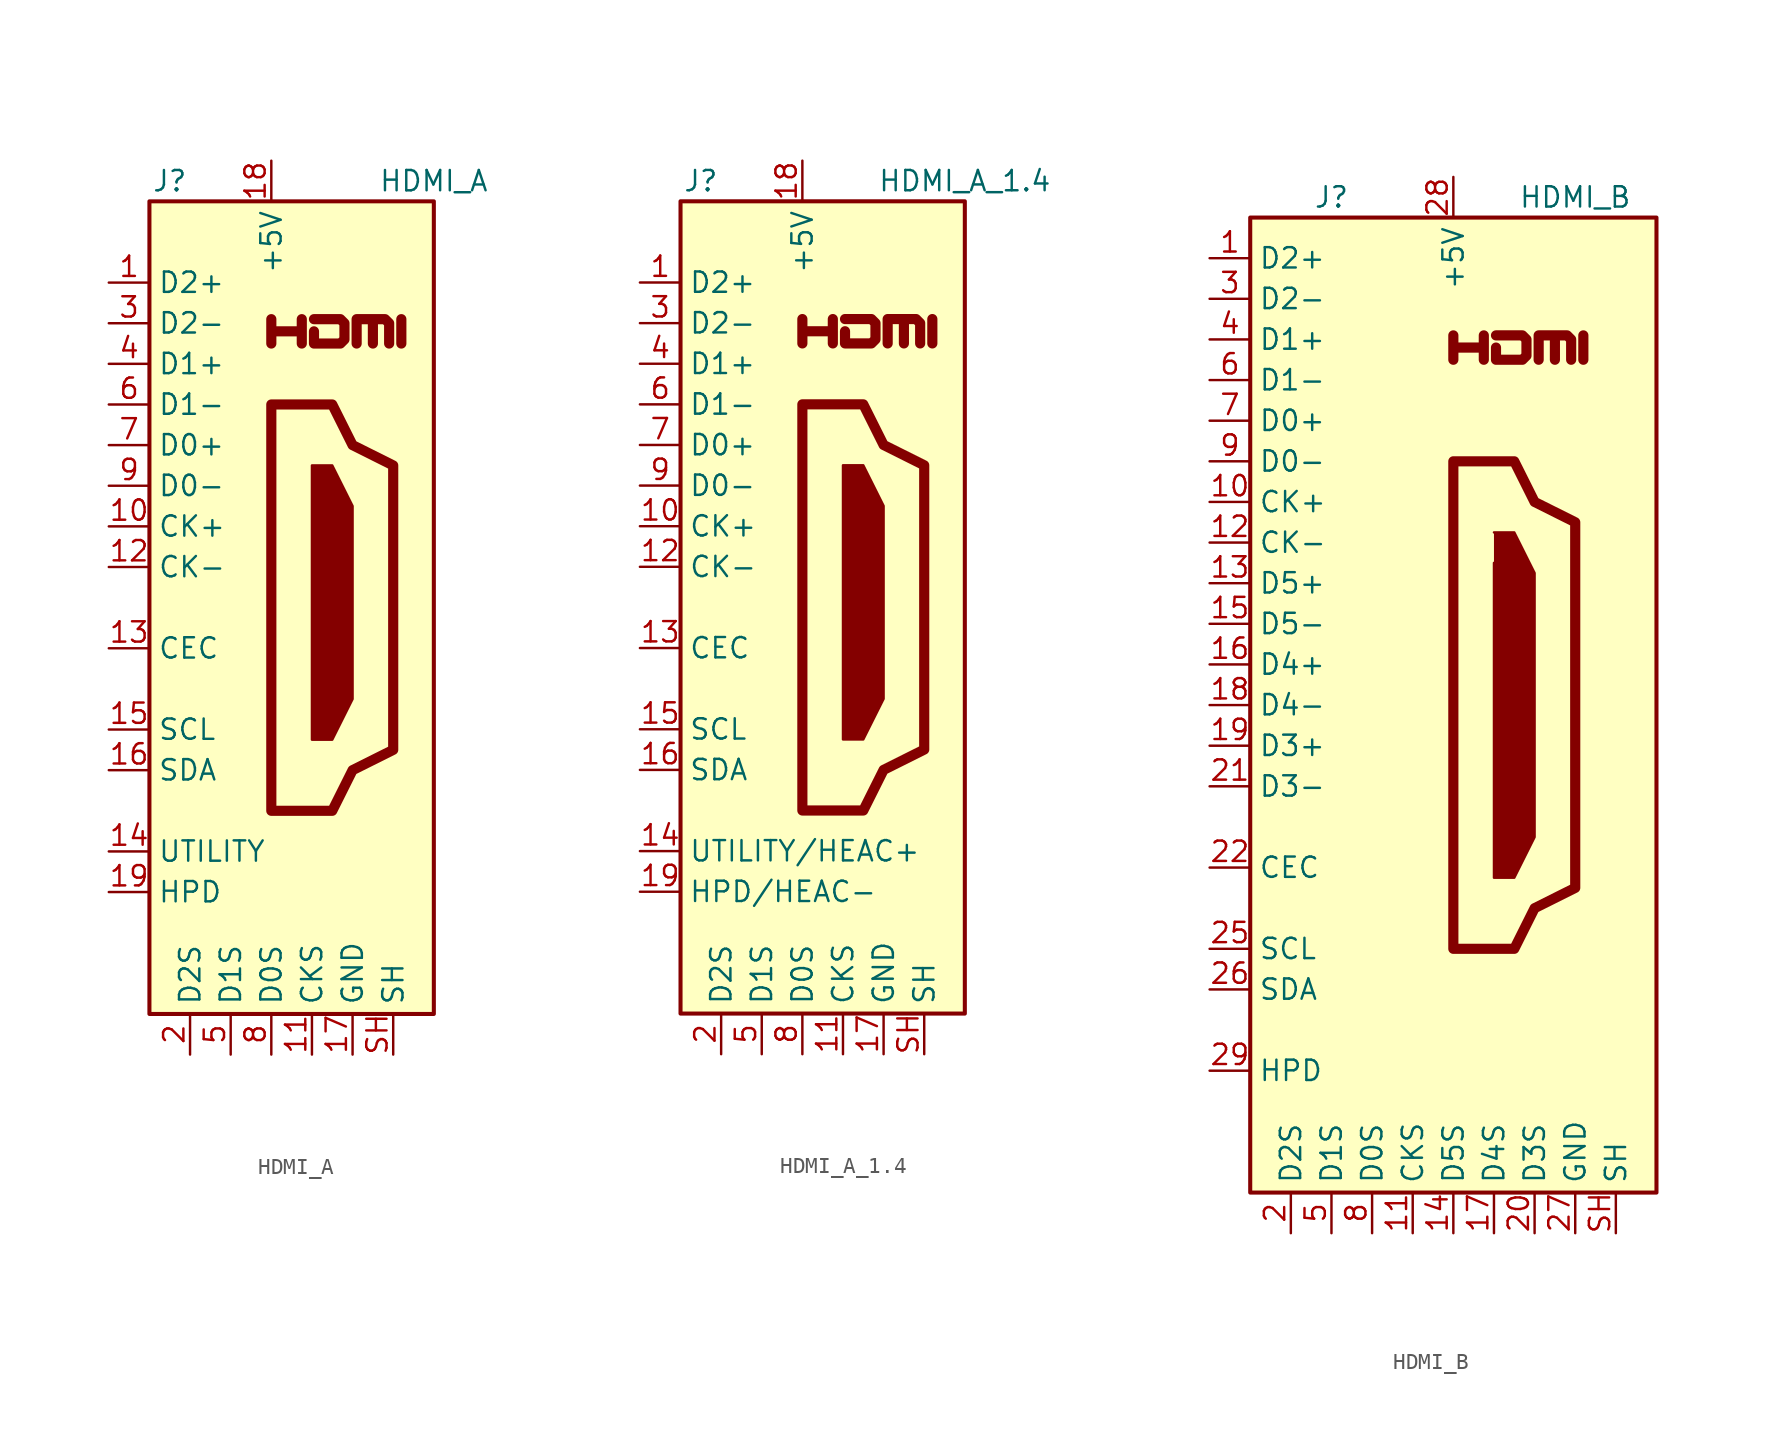
<source format=kicad_sym>
(kicad_symbol_lib
  (version 20211014)
  (generator kicad_symbol_editor)
  (symbol "HDMI_A"
    (property "Reference" "J"
      (at -6.35 26.67 0)
      (effects (font (size 1.27 1.27))))
    (property "Value" "HDMI_A"
      (at 10.16 26.67 0)
      (effects (font (size 1.27 1.27))))
    (symbol "HDMI_A_0_0"
      (polyline (pts (xy 8.128 16.51) (xy 8.128 18.034)) (stroke (width 0.635) (type default) (color 0 0 0 0)) (fill (type none)))
      (polyline (pts (xy 0 16.51) (xy 0 18.034) (xy 0 17.272) (xy 1.905 17.272) (xy 1.905 18.034) (xy 1.905 16.51)) (stroke (width 0.635) (type default) (color 0 0 0 0)) (fill (type none)))
      (polyline (pts (xy 2.667 18.034) (xy 4.318 18.034) (xy 4.572 17.78) (xy 4.572 16.764) (xy 4.318 16.51) (xy 2.667 16.51) (xy 2.667 17.272)) (stroke (width 0.635) (type default) (color 0 0 0 0)) (fill (type none))))
    (symbol "HDMI_A_0_1"
      (rectangle (start -7.62 25.4) (end 10.16 -25.4) (stroke (width 0.254) (type default) (color 0 0 0 0)) (fill (type background)))
      (polyline (pts (xy 2.54 8.89) (xy 3.81 8.89) (xy 5.08 6.35) (xy 5.08 -5.715) (xy 3.81 -8.255) (xy 2.54 -8.255) (xy 2.54 8.89)) (stroke (width 0) (type default) (color 0 0 0 0)) (fill (type outline)))
      (polyline (pts (xy 5.334 16.51) (xy 5.334 18.034) (xy 6.35 18.034) (xy 6.35 16.51) (xy 6.35 18.034) (xy 7.112 18.034) (xy 7.366 17.78) (xy 7.366 16.51)) (stroke (width 0.635) (type default) (color 0 0 0 0)) (fill (type none)))
      (polyline (pts (xy 0 12.7) (xy 0 -12.7) (xy 3.81 -12.7) (xy 5.08 -10.16) (xy 7.62 -8.89) (xy 7.62 8.89) (xy 5.08 10.16) (xy 3.81 12.7) (xy 0 12.7)) (stroke (width 0.635) (type default) (color 0 0 0 0)) (fill (type none))))
    (symbol "HDMI_A_1_1"
      (pin passive line (at -10.16 20.32 0) (length 2.54) (name "D2+" (effects (font (size 1.27 1.27)))) (number "1" (effects (font (size 1.27 1.27)))))
      (pin passive line (at -10.16 5.08 0) (length 2.54) (name "CK+" (effects (font (size 1.27 1.27)))) (number "10" (effects (font (size 1.27 1.27)))))
      (pin power_in line (at 2.54 -27.94 90) (length 2.54) (name "CKS" (effects (font (size 1.27 1.27)))) (number "11" (effects (font (size 1.27 1.27)))))
      (pin passive line (at -10.16 2.54 0) (length 2.54) (name "CK-" (effects (font (size 1.27 1.27)))) (number "12" (effects (font (size 1.27 1.27)))))
      (pin bidirectional line (at -10.16 -2.54 0) (length 2.54) (name "CEC" (effects (font (size 1.27 1.27)))) (number "13" (effects (font (size 1.27 1.27)))))
      (pin passive line (at -10.16 -15.24 0) (length 2.54) (name "UTILITY" (effects (font (size 1.27 1.27)))) (number "14" (effects (font (size 1.27 1.27)))))
      (pin passive line (at -10.16 -7.62 0) (length 2.54) (name "SCL" (effects (font (size 1.27 1.27)))) (number "15" (effects (font (size 1.27 1.27)))))
      (pin bidirectional line (at -10.16 -10.16 0) (length 2.54) (name "SDA" (effects (font (size 1.27 1.27)))) (number "16" (effects (font (size 1.27 1.27)))))
      (pin power_in line (at 5.08 -27.94 90) (length 2.54) (name "GND" (effects (font (size 1.27 1.27)))) (number "17" (effects (font (size 1.27 1.27)))))
      (pin power_in line (at 0 27.94 270) (length 2.54) (name "+5V" (effects (font (size 1.27 1.27)))) (number "18" (effects (font (size 1.27 1.27)))))
      (pin passive line (at -10.16 -17.78 0) (length 2.54) (name "HPD" (effects (font (size 1.27 1.27)))) (number "19" (effects (font (size 1.27 1.27)))))
      (pin power_in line (at -5.08 -27.94 90) (length 2.54) (name "D2S" (effects (font (size 1.27 1.27)))) (number "2" (effects (font (size 1.27 1.27)))))
      (pin passive line (at -10.16 17.78 0) (length 2.54) (name "D2-" (effects (font (size 1.27 1.27)))) (number "3" (effects (font (size 1.27 1.27)))))
      (pin passive line (at -10.16 15.24 0) (length 2.54) (name "D1+" (effects (font (size 1.27 1.27)))) (number "4" (effects (font (size 1.27 1.27)))))
      (pin power_in line (at -2.54 -27.94 90) (length 2.54) (name "D1S" (effects (font (size 1.27 1.27)))) (number "5" (effects (font (size 1.27 1.27)))))
      (pin passive line (at -10.16 12.7 0) (length 2.54) (name "D1-" (effects (font (size 1.27 1.27)))) (number "6" (effects (font (size 1.27 1.27)))))
      (pin passive line (at -10.16 10.16 0) (length 2.54) (name "D0+" (effects (font (size 1.27 1.27)))) (number "7" (effects (font (size 1.27 1.27)))))
      (pin power_in line (at 0 -27.94 90) (length 2.54) (name "D0S" (effects (font (size 1.27 1.27)))) (number "8" (effects (font (size 1.27 1.27)))))
      (pin passive line (at -10.16 7.62 0) (length 2.54) (name "D0-" (effects (font (size 1.27 1.27)))) (number "9" (effects (font (size 1.27 1.27)))))
      (pin passive line (at 7.62 -27.94 90) (length 2.54) (name "SH" (effects (font (size 1.27 1.27)))) (number "SH" (effects (font (size 1.27 1.27)))))))
  (symbol "HDMI_A_1.4"
    (property "Reference" "J"
      (at -6.35 26.67 0)
      (effects (font (size 1.27 1.27))))
    (property "Value" "HDMI_A_1.4"
      (at 10.16 26.67 0)
      (effects (font (size 1.27 1.27))))
    (symbol "HDMI_A_1.4_0_0"
      (polyline (pts (xy 8.128 16.51) (xy 8.128 18.034)) (stroke (width 0.635) (type default) (color 0 0 0 0)) (fill (type none)))
      (polyline (pts (xy 0 16.51) (xy 0 18.034) (xy 0 17.272) (xy 1.905 17.272) (xy 1.905 18.034) (xy 1.905 16.51)) (stroke (width 0.635) (type default) (color 0 0 0 0)) (fill (type none)))
      (polyline (pts (xy 2.667 18.034) (xy 4.318 18.034) (xy 4.572 17.78) (xy 4.572 16.764) (xy 4.318 16.51) (xy 2.667 16.51) (xy 2.667 17.272)) (stroke (width 0.635) (type default) (color 0 0 0 0)) (fill (type none))))
    (symbol "HDMI_A_1.4_0_1"
      (rectangle (start -7.62 25.4) (end 10.16 -25.4) (stroke (width 0.254) (type default) (color 0 0 0 0)) (fill (type background)))
      (polyline (pts (xy 2.54 8.89) (xy 3.81 8.89) (xy 5.08 6.35) (xy 5.08 -5.715) (xy 3.81 -8.255) (xy 2.54 -8.255) (xy 2.54 8.89)) (stroke (width 0) (type default) (color 0 0 0 0)) (fill (type outline)))
      (polyline (pts (xy 5.334 16.51) (xy 5.334 18.034) (xy 6.35 18.034) (xy 6.35 16.51) (xy 6.35 18.034) (xy 7.112 18.034) (xy 7.366 17.78) (xy 7.366 16.51)) (stroke (width 0.635) (type default) (color 0 0 0 0)) (fill (type none)))
      (polyline (pts (xy 0 12.7) (xy 0 -12.7) (xy 3.81 -12.7) (xy 5.08 -10.16) (xy 7.62 -8.89) (xy 7.62 8.89) (xy 5.08 10.16) (xy 3.81 12.7) (xy 0 12.7)) (stroke (width 0.635) (type default) (color 0 0 0 0)) (fill (type none))))
    (symbol "HDMI_A_1.4_1_1"
      (pin passive line (at -10.16 20.32 0) (length 2.54) (name "D2+" (effects (font (size 1.27 1.27)))) (number "1" (effects (font (size 1.27 1.27)))))
      (pin passive line (at -10.16 5.08 0) (length 2.54) (name "CK+" (effects (font (size 1.27 1.27)))) (number "10" (effects (font (size 1.27 1.27)))))
      (pin power_in line (at 2.54 -27.94 90) (length 2.54) (name "CKS" (effects (font (size 1.27 1.27)))) (number "11" (effects (font (size 1.27 1.27)))))
      (pin passive line (at -10.16 2.54 0) (length 2.54) (name "CK-" (effects (font (size 1.27 1.27)))) (number "12" (effects (font (size 1.27 1.27)))))
      (pin bidirectional line (at -10.16 -2.54 0) (length 2.54) (name "CEC" (effects (font (size 1.27 1.27)))) (number "13" (effects (font (size 1.27 1.27)))))
      (pin passive line (at -10.16 -15.24 0) (length 2.54) (name "UTILITY/HEAC+" (effects (font (size 1.27 1.27)))) (number "14" (effects (font (size 1.27 1.27)))))
      (pin passive line (at -10.16 -7.62 0) (length 2.54) (name "SCL" (effects (font (size 1.27 1.27)))) (number "15" (effects (font (size 1.27 1.27)))))
      (pin bidirectional line (at -10.16 -10.16 0) (length 2.54) (name "SDA" (effects (font (size 1.27 1.27)))) (number "16" (effects (font (size 1.27 1.27)))))
      (pin power_in line (at 5.08 -27.94 90) (length 2.54) (name "GND" (effects (font (size 1.27 1.27)))) (number "17" (effects (font (size 1.27 1.27)))))
      (pin power_in line (at 0 27.94 270) (length 2.54) (name "+5V" (effects (font (size 1.27 1.27)))) (number "18" (effects (font (size 1.27 1.27)))))
      (pin passive line (at -10.16 -17.78 0) (length 2.54) (name "HPD/HEAC-" (effects (font (size 1.27 1.27)))) (number "19" (effects (font (size 1.27 1.27)))))
      (pin power_in line (at -5.08 -27.94 90) (length 2.54) (name "D2S" (effects (font (size 1.27 1.27)))) (number "2" (effects (font (size 1.27 1.27)))))
      (pin passive line (at -10.16 17.78 0) (length 2.54) (name "D2-" (effects (font (size 1.27 1.27)))) (number "3" (effects (font (size 1.27 1.27)))))
      (pin passive line (at -10.16 15.24 0) (length 2.54) (name "D1+" (effects (font (size 1.27 1.27)))) (number "4" (effects (font (size 1.27 1.27)))))
      (pin power_in line (at -2.54 -27.94 90) (length 2.54) (name "D1S" (effects (font (size 1.27 1.27)))) (number "5" (effects (font (size 1.27 1.27)))))
      (pin passive line (at -10.16 12.7 0) (length 2.54) (name "D1-" (effects (font (size 1.27 1.27)))) (number "6" (effects (font (size 1.27 1.27)))))
      (pin passive line (at -10.16 10.16 0) (length 2.54) (name "D0+" (effects (font (size 1.27 1.27)))) (number "7" (effects (font (size 1.27 1.27)))))
      (pin power_in line (at 0 -27.94 90) (length 2.54) (name "D0S" (effects (font (size 1.27 1.27)))) (number "8" (effects (font (size 1.27 1.27)))))
      (pin passive line (at -10.16 7.62 0) (length 2.54) (name "D0-" (effects (font (size 1.27 1.27)))) (number "9" (effects (font (size 1.27 1.27)))))
      (pin passive line (at 7.62 -27.94 90) (length 2.54) (name "SH" (effects (font (size 1.27 1.27)))) (number "SH" (effects (font (size 1.27 1.27)))))))
  (symbol "HDMI_B"
    (property "Reference" "J"
      (at -7.62 31.75 0)
      (effects (font (size 1.27 1.27))))
    (property "Value" "HDMI_B"
      (at 7.62 31.75 0)
      (effects (font (size 1.27 1.27))))
    (symbol "HDMI_B_0_0"
      (polyline (pts (xy 8.128 21.59) (xy 8.128 23.114)) (stroke (width 0.635) (type default) (color 0 0 0 0)) (fill (type none)))
      (polyline (pts (xy 0 21.59) (xy 0 23.114) (xy 0 22.352) (xy 1.905 22.352) (xy 1.905 23.114) (xy 1.905 21.59)) (stroke (width 0.635) (type default) (color 0 0 0 0)) (fill (type none)))
      (polyline (pts (xy 2.667 23.114) (xy 4.318 23.114) (xy 4.572 22.86) (xy 4.572 21.844) (xy 4.318 21.59) (xy 2.667 21.59) (xy 2.667 22.352)) (stroke (width 0.635) (type default) (color 0 0 0 0)) (fill (type none))))
    (symbol "HDMI_B_0_1"
      (rectangle (start -12.7 30.48) (end 12.7 -30.48) (stroke (width 0.254) (type default) (color 0 0 0 0)) (fill (type background)))
      (polyline (pts (xy 2.54 10.795) (xy 3.81 10.795) (xy 5.08 8.255) (xy 5.08 -8.255) (xy 3.81 -10.795) (xy 2.54 -10.795) (xy 2.54 8.89)) (stroke (width 0) (type default) (color 0 0 0 0)) (fill (type outline)))
      (polyline (pts (xy 5.334 21.59) (xy 5.334 23.114) (xy 6.35 23.114) (xy 6.35 21.59) (xy 6.35 23.114) (xy 7.112 23.114) (xy 7.366 22.86) (xy 7.366 21.59)) (stroke (width 0.635) (type default) (color 0 0 0 0)) (fill (type none)))
      (polyline (pts (xy 0 15.24) (xy 0 -15.24) (xy 3.81 -15.24) (xy 5.08 -12.7) (xy 7.62 -11.43) (xy 7.62 11.43) (xy 5.08 12.7) (xy 3.81 15.24) (xy 0 15.24)) (stroke (width 0.635) (type default) (color 0 0 0 0)) (fill (type none))))
    (symbol "HDMI_B_1_1"
      (pin passive line (at -15.24 27.94 0) (length 2.54) (name "D2+" (effects (font (size 1.27 1.27)))) (number "1" (effects (font (size 1.27 1.27)))))
      (pin passive line (at -15.24 12.7 0) (length 2.54) (name "CK+" (effects (font (size 1.27 1.27)))) (number "10" (effects (font (size 1.27 1.27)))))
      (pin power_in line (at -2.54 -33.02 90) (length 2.54) (name "CKS" (effects (font (size 1.27 1.27)))) (number "11" (effects (font (size 1.27 1.27)))))
      (pin passive line (at -15.24 10.16 0) (length 2.54) (name "CK-" (effects (font (size 1.27 1.27)))) (number "12" (effects (font (size 1.27 1.27)))))
      (pin passive line (at -15.24 7.62 0) (length 2.54) (name "D5+" (effects (font (size 1.27 1.27)))) (number "13" (effects (font (size 1.27 1.27)))))
      (pin power_in line (at 0 -33.02 90) (length 2.54) (name "D5S" (effects (font (size 1.27 1.27)))) (number "14" (effects (font (size 1.27 1.27)))))
      (pin passive line (at -15.24 5.08 0) (length 2.54) (name "D5-" (effects (font (size 1.27 1.27)))) (number "15" (effects (font (size 1.27 1.27)))))
      (pin passive line (at -15.24 2.54 0) (length 2.54) (name "D4+" (effects (font (size 1.27 1.27)))) (number "16" (effects (font (size 1.27 1.27)))))
      (pin power_in line (at 2.54 -33.02 90) (length 2.54) (name "D4S" (effects (font (size 1.27 1.27)))) (number "17" (effects (font (size 1.27 1.27)))))
      (pin passive line (at -15.24 0 0) (length 2.54) (name "D4-" (effects (font (size 1.27 1.27)))) (number "18" (effects (font (size 1.27 1.27)))))
      (pin passive line (at -15.24 -2.54 0) (length 2.54) (name "D3+" (effects (font (size 1.27 1.27)))) (number "19" (effects (font (size 1.27 1.27)))))
      (pin power_in line (at -10.16 -33.02 90) (length 2.54) (name "D2S" (effects (font (size 1.27 1.27)))) (number "2" (effects (font (size 1.27 1.27)))))
      (pin power_in line (at 5.08 -33.02 90) (length 2.54) (name "D3S" (effects (font (size 1.27 1.27)))) (number "20" (effects (font (size 1.27 1.27)))))
      (pin passive line (at -15.24 -5.08 0) (length 2.54) (name "D3-" (effects (font (size 1.27 1.27)))) (number "21" (effects (font (size 1.27 1.27)))))
      (pin bidirectional line (at -15.24 -10.16 0) (length 2.54) (name "CEC" (effects (font (size 1.27 1.27)))) (number "22" (effects (font (size 1.27 1.27)))))
      (pin no_connect line (at -12.7 -12.7 0) (length 2.54) hide (name "NC" (effects (font (size 1.27 1.27)))) (number "23" (effects (font (size 1.27 1.27)))))
      (pin no_connect line (at -12.7 -20.32 0) (length 2.54) hide (name "NC" (effects (font (size 1.27 1.27)))) (number "24" (effects (font (size 1.27 1.27)))))
      (pin passive line (at -15.24 -15.24 0) (length 2.54) (name "SCL" (effects (font (size 1.27 1.27)))) (number "25" (effects (font (size 1.27 1.27)))))
      (pin bidirectional line (at -15.24 -17.78 0) (length 2.54) (name "SDA" (effects (font (size 1.27 1.27)))) (number "26" (effects (font (size 1.27 1.27)))))
      (pin power_in line (at 7.62 -33.02 90) (length 2.54) (name "GND" (effects (font (size 1.27 1.27)))) (number "27" (effects (font (size 1.27 1.27)))))
      (pin power_in line (at 0 33.02 270) (length 2.54) (name "+5V" (effects (font (size 1.27 1.27)))) (number "28" (effects (font (size 1.27 1.27)))))
      (pin passive line (at -15.24 -22.86 0) (length 2.54) (name "HPD" (effects (font (size 1.27 1.27)))) (number "29" (effects (font (size 1.27 1.27)))))
      (pin passive line (at -15.24 25.4 0) (length 2.54) (name "D2-" (effects (font (size 1.27 1.27)))) (number "3" (effects (font (size 1.27 1.27)))))
      (pin passive line (at -15.24 22.86 0) (length 2.54) (name "D1+" (effects (font (size 1.27 1.27)))) (number "4" (effects (font (size 1.27 1.27)))))
      (pin power_in line (at -7.62 -33.02 90) (length 2.54) (name "D1S" (effects (font (size 1.27 1.27)))) (number "5" (effects (font (size 1.27 1.27)))))
      (pin passive line (at -15.24 20.32 0) (length 2.54) (name "D1-" (effects (font (size 1.27 1.27)))) (number "6" (effects (font (size 1.27 1.27)))))
      (pin passive line (at -15.24 17.78 0) (length 2.54) (name "D0+" (effects (font (size 1.27 1.27)))) (number "7" (effects (font (size 1.27 1.27)))))
      (pin power_in line (at -5.08 -33.02 90) (length 2.54) (name "D0S" (effects (font (size 1.27 1.27)))) (number "8" (effects (font (size 1.27 1.27)))))
      (pin passive line (at -15.24 15.24 0) (length 2.54) (name "D0-" (effects (font (size 1.27 1.27)))) (number "9" (effects (font (size 1.27 1.27)))))
      (pin passive line (at 10.16 -33.02 90) (length 2.54) (name "SH" (effects (font (size 1.27 1.27)))) (number "SH" (effects (font (size 1.27 1.27))))))))
</source>
